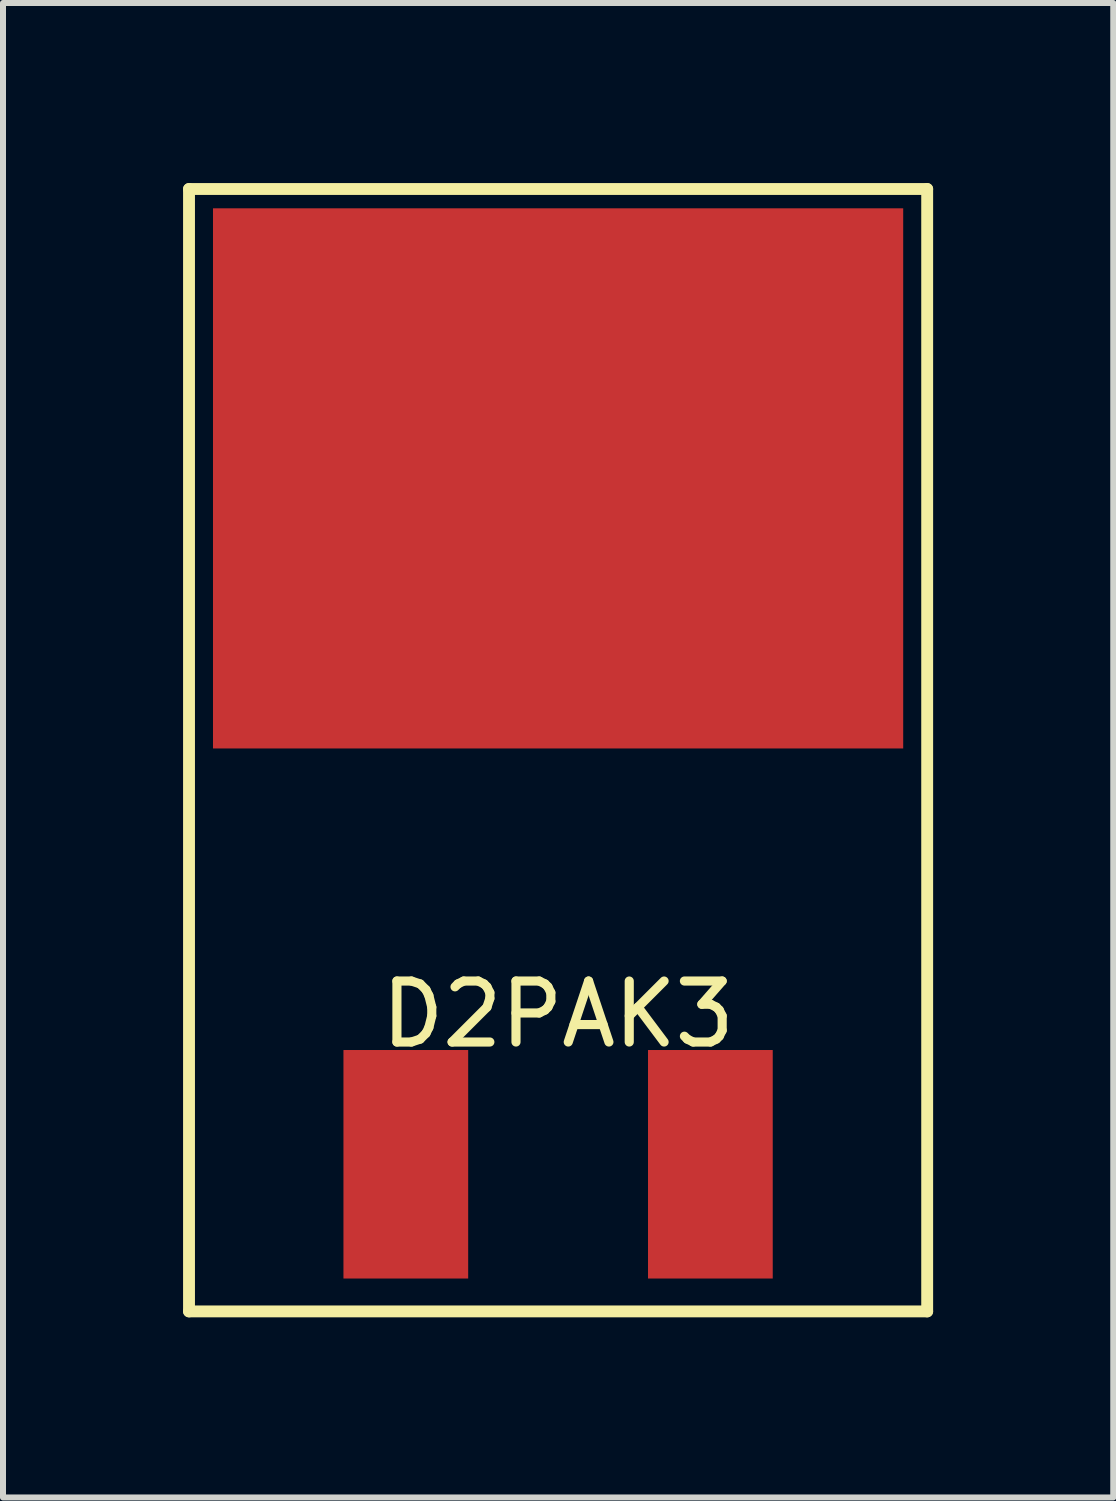
<source format=kicad_pcb>
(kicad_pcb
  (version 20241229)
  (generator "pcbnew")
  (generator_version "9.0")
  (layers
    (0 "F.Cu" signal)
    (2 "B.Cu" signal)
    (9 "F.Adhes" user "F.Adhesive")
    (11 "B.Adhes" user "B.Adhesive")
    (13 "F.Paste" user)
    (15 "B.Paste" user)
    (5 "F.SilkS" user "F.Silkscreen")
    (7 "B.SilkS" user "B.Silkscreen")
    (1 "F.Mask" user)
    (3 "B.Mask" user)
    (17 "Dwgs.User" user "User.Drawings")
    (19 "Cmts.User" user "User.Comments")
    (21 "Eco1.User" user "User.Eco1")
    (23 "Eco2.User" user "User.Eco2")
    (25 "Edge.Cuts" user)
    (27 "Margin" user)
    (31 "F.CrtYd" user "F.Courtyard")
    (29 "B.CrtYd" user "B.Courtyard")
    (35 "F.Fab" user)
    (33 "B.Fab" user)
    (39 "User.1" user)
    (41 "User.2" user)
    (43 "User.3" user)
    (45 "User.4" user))
  (footprint "D2PAK3"
    (layer "F.Cu")
    (at 6.248 16.347)
    (property "Reference" "D2PAK3" (at 0 -2.499 0) (layer "F.SilkS") (effects (font (size 1.016 1.016) (thickness 0.152))))
    (attr through_hole)
    (fp_line (start -6.149 -16.248) (end 6.149 -16.248) (stroke (width 0.198) (type solid)) (layer "F.SilkS"))
    (fp_line (start -6.149 2.451) (end -6.149 -16.248) (stroke (width 0.198) (type solid)) (layer "F.SilkS"))
    (fp_line (start 6.149 -16.248) (end 6.149 2.451) (stroke (width 0.198) (type solid)) (layer "F.SilkS"))
    (fp_line (start 6.149 2.451) (end -6.149 2.451) (stroke (width 0.198) (type solid)) (layer "F.SilkS"))
    (pad "1" smd rect (at -2.537 0) (size 2.078 3.807) (layers "*.Mask" "F.Cu"))
    (pad "3" smd rect (at 2.537 0) (size 2.078 3.807) (layers "*.Mask" "F.Cu"))
    (pad "4" smd rect (at 0 -11.427) (size 11.499 8.999) (layers "*.Mask" "F.Cu")))
  (gr_rect
    (start -3 -3)
    (end 15.497 21.898)
    (stroke (width 0.1) (type default))
    (fill no)
    (layer "Edge.Cuts")))
</source>
